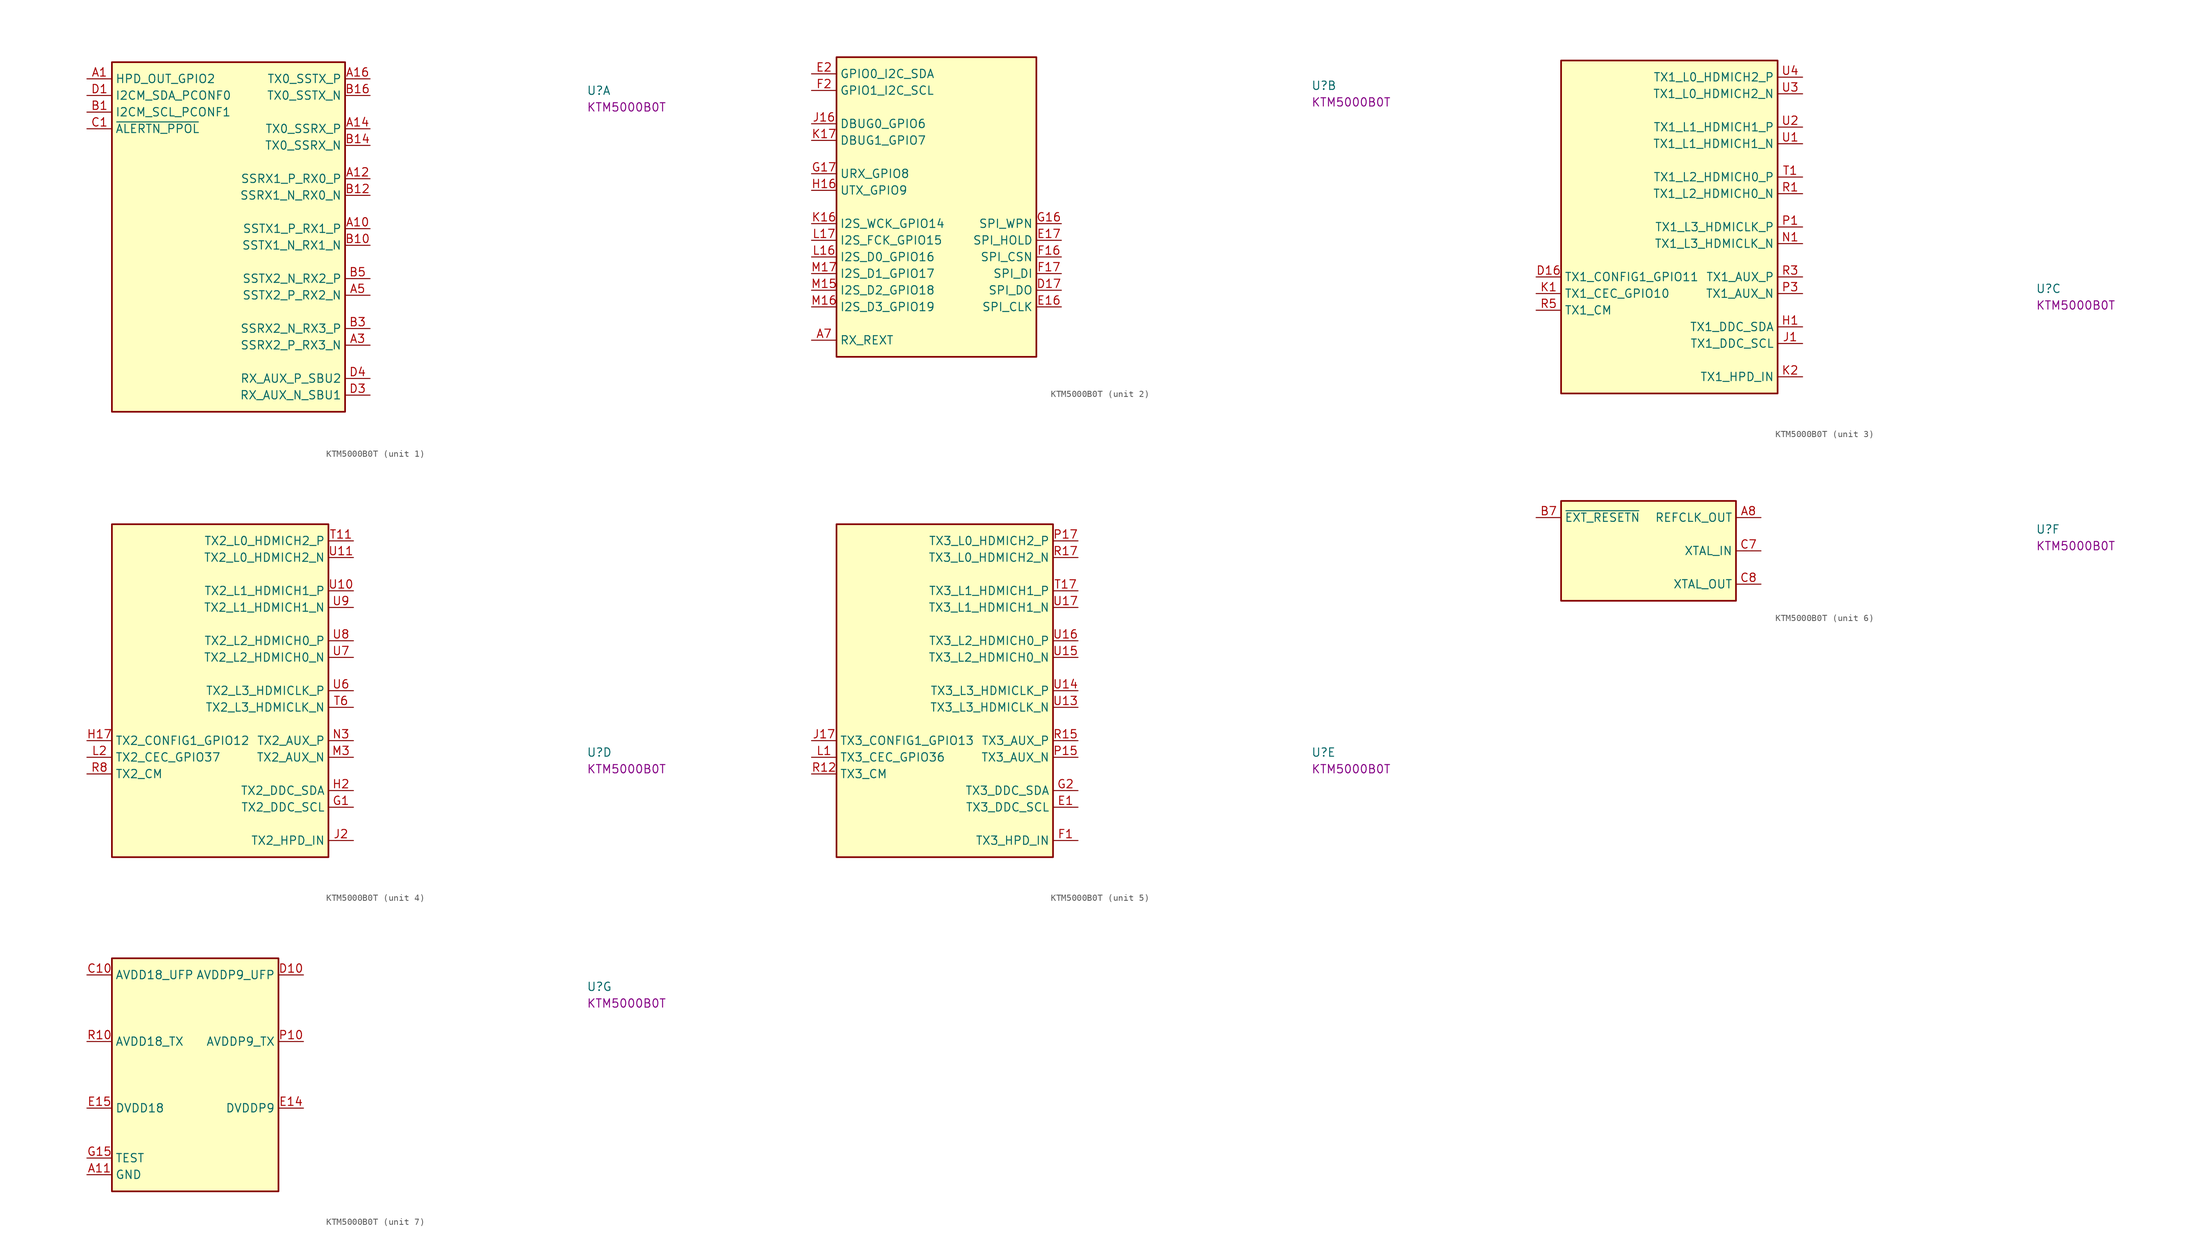
<source format=kicad_sym>
(kicad_symbol_lib
  (version 20220914)
  (generator kicad_symbol_editor)
  (symbol "KTM5000B0T"
    (property "Reference" "U"
      (at 76.2 -2.54 0)
      (effects (font (size 1.27 1.27) (thickness 0.15)) (justify left bottom)))
    (property "MPN" "KTM5000B0T"
      (at 76.2 -5.08 0)
      (effects (font (size 1.27 1.27) (thickness 0.15)) (justify left bottom)))
    (property "ki_locked" ""
      (at 0 0 0)
      (effects (font (size 1.27 1.27))))
    (symbol "KTM5000B0T_1_1"
      (rectangle (start 3.81 2.54) (end 39.37 -50.8) (stroke (width 0.254) (type default)) (fill (type background)))
      (pin output line (at 0 0 0) (length 3.81) (name "HPD_OUT_GPIO2" (effects (font (size 1.27 1.27)))) (number "A1" (effects (font (size 1.27 1.27)))))
      (pin bidirectional line (at 43.18 -22.86 180) (length 3.81) (name "SSTX1_P_RX1_P" (effects (font (size 1.27 1.27)))) (number "A10" (effects (font (size 1.27 1.27)))))
      (pin input line (at 43.18 -15.24 180) (length 3.81) (name "SSRX1_P_RX0_P" (effects (font (size 1.27 1.27)))) (number "A12" (effects (font (size 1.27 1.27)))))
      (pin input line (at 43.18 -7.62 180) (length 3.81) (name "TX0_SSRX_P" (effects (font (size 1.27 1.27)))) (number "A14" (effects (font (size 1.27 1.27)))))
      (pin output line (at 43.18 0 180) (length 3.81) (name "TX0_SSTX_P" (effects (font (size 1.27 1.27)))) (number "A16" (effects (font (size 1.27 1.27)))))
      (pin input line (at 43.18 -40.64 180) (length 3.81) (name "SSRX2_P_RX3_N" (effects (font (size 1.27 1.27)))) (number "A3" (effects (font (size 1.27 1.27)))))
      (pin bidirectional line (at 43.18 -33.02 180) (length 3.81) (name "SSTX2_P_RX2_N" (effects (font (size 1.27 1.27)))) (number "A5" (effects (font (size 1.27 1.27)))))
      (pin bidirectional line (at 0 -5.08 0) (length 3.81) (name "I2CM_SCL_PCONF1" (effects (font (size 1.27 1.27)))) (number "B1" (effects (font (size 1.27 1.27)))))
      (pin bidirectional line (at 43.18 -25.4 180) (length 3.81) (name "SSTX1_N_RX1_N" (effects (font (size 1.27 1.27)))) (number "B10" (effects (font (size 1.27 1.27)))))
      (pin input line (at 43.18 -17.78 180) (length 3.81) (name "SSRX1_N_RX0_N" (effects (font (size 1.27 1.27)))) (number "B12" (effects (font (size 1.27 1.27)))))
      (pin input line (at 43.18 -10.16 180) (length 3.81) (name "TX0_SSRX_N" (effects (font (size 1.27 1.27)))) (number "B14" (effects (font (size 1.27 1.27)))))
      (pin output line (at 43.18 -2.54 180) (length 3.81) (name "TX0_SSTX_N" (effects (font (size 1.27 1.27)))) (number "B16" (effects (font (size 1.27 1.27)))))
      (pin input line (at 43.18 -38.1 180) (length 3.81) (name "SSRX2_N_RX3_P" (effects (font (size 1.27 1.27)))) (number "B3" (effects (font (size 1.27 1.27)))))
      (pin bidirectional line (at 43.18 -30.48 180) (length 3.81) (name "SSTX2_N_RX2_P" (effects (font (size 1.27 1.27)))) (number "B5" (effects (font (size 1.27 1.27)))))
      (pin bidirectional line (at 0 -7.62 0) (length 3.81) (name "~{ALERTN_PPOL}" (effects (font (size 1.27 1.27)))) (number "C1" (effects (font (size 1.27 1.27)))))
      (pin bidirectional line (at 0 -2.54 0) (length 3.81) (name "I2CM_SDA_PCONF0" (effects (font (size 1.27 1.27)))) (number "D1" (effects (font (size 1.27 1.27)))))
      (pin bidirectional line (at 43.18 -48.26 180) (length 3.81) (name "RX_AUX_N_SBU1" (effects (font (size 1.27 1.27)))) (number "D3" (effects (font (size 1.27 1.27)))))
      (pin bidirectional line (at 43.18 -45.72 180) (length 3.81) (name "RX_AUX_P_SBU2" (effects (font (size 1.27 1.27)))) (number "D4" (effects (font (size 1.27 1.27))))))
    (symbol "KTM5000B0T_2_1"
      (rectangle (start 3.81 2.54) (end 34.29 -43.18) (stroke (width 0.254) (type default)) (fill (type background)))
      (pin input line (at 0 -40.64 0) (length 3.81) (name "RX_REXT" (effects (font (size 1.27 1.27)))) (number "A7" (effects (font (size 1.27 1.27)))))
      (pin bidirectional line (at 38.1 -33.02 180) (length 3.81) (name "SPI_DO" (effects (font (size 1.27 1.27)))) (number "D17" (effects (font (size 1.27 1.27)))))
      (pin bidirectional line (at 38.1 -35.56 180) (length 3.81) (name "SPI_CLK" (effects (font (size 1.27 1.27)))) (number "E16" (effects (font (size 1.27 1.27)))))
      (pin bidirectional line (at 38.1 -25.4 180) (length 3.81) (name "SPI_HOLD" (effects (font (size 1.27 1.27)))) (number "E17" (effects (font (size 1.27 1.27)))))
      (pin bidirectional line (at 0 0 0) (length 3.81) (name "GPIO0_I2C_SDA" (effects (font (size 1.27 1.27)))) (number "E2" (effects (font (size 1.27 1.27)))))
      (pin output line (at 38.1 -27.94 180) (length 3.81) (name "SPI_CSN" (effects (font (size 1.27 1.27)))) (number "F16" (effects (font (size 1.27 1.27)))))
      (pin bidirectional line (at 38.1 -30.48 180) (length 3.81) (name "SPI_DI" (effects (font (size 1.27 1.27)))) (number "F17" (effects (font (size 1.27 1.27)))))
      (pin bidirectional line (at 0 -2.54 0) (length 3.81) (name "GPIO1_I2C_SCL" (effects (font (size 1.27 1.27)))) (number "F2" (effects (font (size 1.27 1.27)))))
      (pin bidirectional line (at 38.1 -22.86 180) (length 3.81) (name "SPI_WPN" (effects (font (size 1.27 1.27)))) (number "G16" (effects (font (size 1.27 1.27)))))
      (pin input line (at 0 -15.24 0) (length 3.81) (name "URX_GPIO8" (effects (font (size 1.27 1.27)))) (number "G17" (effects (font (size 1.27 1.27)))))
      (pin output line (at 0 -17.78 0) (length 3.81) (name "UTX_GPIO9" (effects (font (size 1.27 1.27)))) (number "H16" (effects (font (size 1.27 1.27)))))
      (pin bidirectional line (at 0 -7.62 0) (length 3.81) (name "DBUG0_GPIO6" (effects (font (size 1.27 1.27)))) (number "J16" (effects (font (size 1.27 1.27)))))
      (pin bidirectional line (at 0 -22.86 0) (length 3.81) (name "I2S_WCK_GPIO14" (effects (font (size 1.27 1.27)))) (number "K16" (effects (font (size 1.27 1.27)))))
      (pin bidirectional line (at 0 -10.16 0) (length 3.81) (name "DBUG1_GPIO7" (effects (font (size 1.27 1.27)))) (number "K17" (effects (font (size 1.27 1.27)))))
      (pin bidirectional line (at 0 -27.94 0) (length 3.81) (name "I2S_D0_GPIO16" (effects (font (size 1.27 1.27)))) (number "L16" (effects (font (size 1.27 1.27)))))
      (pin bidirectional line (at 0 -25.4 0) (length 3.81) (name "I2S_FCK_GPIO15" (effects (font (size 1.27 1.27)))) (number "L17" (effects (font (size 1.27 1.27)))))
      (pin bidirectional line (at 0 -33.02 0) (length 3.81) (name "I2S_D2_GPIO18" (effects (font (size 1.27 1.27)))) (number "M15" (effects (font (size 1.27 1.27)))))
      (pin bidirectional line (at 0 -35.56 0) (length 3.81) (name "I2S_D3_GPIO19" (effects (font (size 1.27 1.27)))) (number "M16" (effects (font (size 1.27 1.27)))))
      (pin bidirectional line (at 0 -30.48 0) (length 3.81) (name "I2S_D1_GPIO17" (effects (font (size 1.27 1.27)))) (number "M17" (effects (font (size 1.27 1.27))))))
    (symbol "KTM5000B0T_3_1"
      (rectangle (start 3.81 33.02) (end 36.83 -17.78) (stroke (width 0.254) (type default)) (fill (type background)))
      (pin input line (at 0 0 0) (length 3.81) (name "TX1_CONFIG1_GPIO11" (effects (font (size 1.27 1.27)))) (number "D16" (effects (font (size 1.27 1.27)))))
      (pin bidirectional line (at 40.64 -7.62 180) (length 3.81) (name "TX1_DDC_SDA" (effects (font (size 1.27 1.27)))) (number "H1" (effects (font (size 1.27 1.27)))))
      (pin output line (at 40.64 -10.16 180) (length 3.81) (name "TX1_DDC_SCL" (effects (font (size 1.27 1.27)))) (number "J1" (effects (font (size 1.27 1.27)))))
      (pin bidirectional line (at 0 -2.54 0) (length 3.81) (name "TX1_CEC_GPIO10" (effects (font (size 1.27 1.27)))) (number "K1" (effects (font (size 1.27 1.27)))))
      (pin input line (at 40.64 -15.24 180) (length 3.81) (name "TX1_HPD_IN" (effects (font (size 1.27 1.27)))) (number "K2" (effects (font (size 1.27 1.27)))))
      (pin output line (at 40.64 5.08 180) (length 3.81) (name "TX1_L3_HDMICLK_N" (effects (font (size 1.27 1.27)))) (number "N1" (effects (font (size 1.27 1.27)))))
      (pin output line (at 40.64 7.62 180) (length 3.81) (name "TX1_L3_HDMICLK_P" (effects (font (size 1.27 1.27)))) (number "P1" (effects (font (size 1.27 1.27)))))
      (pin bidirectional line (at 40.64 -2.54 180) (length 3.81) (name "TX1_AUX_N" (effects (font (size 1.27 1.27)))) (number "P3" (effects (font (size 1.27 1.27)))))
      (pin output line (at 40.64 12.7 180) (length 3.81) (name "TX1_L2_HDMICH0_N" (effects (font (size 1.27 1.27)))) (number "R1" (effects (font (size 1.27 1.27)))))
      (pin bidirectional line (at 40.64 0 180) (length 3.81) (name "TX1_AUX_P" (effects (font (size 1.27 1.27)))) (number "R3" (effects (font (size 1.27 1.27)))))
      (pin bidirectional line (at 0 -5.08 0) (length 3.81) (name "TX1_CM" (effects (font (size 1.27 1.27)))) (number "R5" (effects (font (size 1.27 1.27)))))
      (pin output line (at 40.64 15.24 180) (length 3.81) (name "TX1_L2_HDMICH0_P" (effects (font (size 1.27 1.27)))) (number "T1" (effects (font (size 1.27 1.27)))))
      (pin output line (at 40.64 20.32 180) (length 3.81) (name "TX1_L1_HDMICH1_N" (effects (font (size 1.27 1.27)))) (number "U1" (effects (font (size 1.27 1.27)))))
      (pin output line (at 40.64 22.86 180) (length 3.81) (name "TX1_L1_HDMICH1_P" (effects (font (size 1.27 1.27)))) (number "U2" (effects (font (size 1.27 1.27)))))
      (pin output line (at 40.64 27.94 180) (length 3.81) (name "TX1_L0_HDMICH2_N" (effects (font (size 1.27 1.27)))) (number "U3" (effects (font (size 1.27 1.27)))))
      (pin output line (at 40.64 30.48 180) (length 3.81) (name "TX1_L0_HDMICH2_P" (effects (font (size 1.27 1.27)))) (number "U4" (effects (font (size 1.27 1.27))))))
    (symbol "KTM5000B0T_4_1"
      (rectangle (start 3.81 33.02) (end 36.83 -17.78) (stroke (width 0.254) (type default)) (fill (type background)))
      (pin output line (at 40.64 -10.16 180) (length 3.81) (name "TX2_DDC_SCL" (effects (font (size 1.27 1.27)))) (number "G1" (effects (font (size 1.27 1.27)))))
      (pin input line (at 0 0 0) (length 3.81) (name "TX2_CONFIG1_GPIO12" (effects (font (size 1.27 1.27)))) (number "H17" (effects (font (size 1.27 1.27)))))
      (pin bidirectional line (at 40.64 -7.62 180) (length 3.81) (name "TX2_DDC_SDA" (effects (font (size 1.27 1.27)))) (number "H2" (effects (font (size 1.27 1.27)))))
      (pin input line (at 40.64 -15.24 180) (length 3.81) (name "TX2_HPD_IN" (effects (font (size 1.27 1.27)))) (number "J2" (effects (font (size 1.27 1.27)))))
      (pin bidirectional line (at 0 -2.54 0) (length 3.81) (name "TX2_CEC_GPIO37" (effects (font (size 1.27 1.27)))) (number "L2" (effects (font (size 1.27 1.27)))))
      (pin bidirectional line (at 40.64 -2.54 180) (length 3.81) (name "TX2_AUX_N" (effects (font (size 1.27 1.27)))) (number "M3" (effects (font (size 1.27 1.27)))))
      (pin bidirectional line (at 40.64 0 180) (length 3.81) (name "TX2_AUX_P" (effects (font (size 1.27 1.27)))) (number "N3" (effects (font (size 1.27 1.27)))))
      (pin bidirectional line (at 0 -5.08 0) (length 3.81) (name "TX2_CM" (effects (font (size 1.27 1.27)))) (number "R8" (effects (font (size 1.27 1.27)))))
      (pin output line (at 40.64 30.48 180) (length 3.81) (name "TX2_L0_HDMICH2_P" (effects (font (size 1.27 1.27)))) (number "T11" (effects (font (size 1.27 1.27)))))
      (pin output line (at 40.64 5.08 180) (length 3.81) (name "TX2_L3_HDMICLK_N" (effects (font (size 1.27 1.27)))) (number "T6" (effects (font (size 1.27 1.27)))))
      (pin output line (at 40.64 22.86 180) (length 3.81) (name "TX2_L1_HDMICH1_P" (effects (font (size 1.27 1.27)))) (number "U10" (effects (font (size 1.27 1.27)))))
      (pin output line (at 40.64 27.94 180) (length 3.81) (name "TX2_L0_HDMICH2_N" (effects (font (size 1.27 1.27)))) (number "U11" (effects (font (size 1.27 1.27)))))
      (pin output line (at 40.64 7.62 180) (length 3.81) (name "TX2_L3_HDMICLK_P" (effects (font (size 1.27 1.27)))) (number "U6" (effects (font (size 1.27 1.27)))))
      (pin output line (at 40.64 12.7 180) (length 3.81) (name "TX2_L2_HDMICH0_N" (effects (font (size 1.27 1.27)))) (number "U7" (effects (font (size 1.27 1.27)))))
      (pin output line (at 40.64 15.24 180) (length 3.81) (name "TX2_L2_HDMICH0_P" (effects (font (size 1.27 1.27)))) (number "U8" (effects (font (size 1.27 1.27)))))
      (pin output line (at 40.64 20.32 180) (length 3.81) (name "TX2_L1_HDMICH1_N" (effects (font (size 1.27 1.27)))) (number "U9" (effects (font (size 1.27 1.27))))))
    (symbol "KTM5000B0T_5_1"
      (rectangle (start 3.81 33.02) (end 36.83 -17.78) (stroke (width 0.254) (type default)) (fill (type background)))
      (pin output line (at 40.64 -10.16 180) (length 3.81) (name "TX3_DDC_SCL" (effects (font (size 1.27 1.27)))) (number "E1" (effects (font (size 1.27 1.27)))))
      (pin input line (at 40.64 -15.24 180) (length 3.81) (name "TX3_HPD_IN" (effects (font (size 1.27 1.27)))) (number "F1" (effects (font (size 1.27 1.27)))))
      (pin bidirectional line (at 40.64 -7.62 180) (length 3.81) (name "TX3_DDC_SDA" (effects (font (size 1.27 1.27)))) (number "G2" (effects (font (size 1.27 1.27)))))
      (pin input line (at 0 0 0) (length 3.81) (name "TX3_CONFIG1_GPIO13" (effects (font (size 1.27 1.27)))) (number "J17" (effects (font (size 1.27 1.27)))))
      (pin bidirectional line (at 0 -2.54 0) (length 3.81) (name "TX3_CEC_GPIO36" (effects (font (size 1.27 1.27)))) (number "L1" (effects (font (size 1.27 1.27)))))
      (pin bidirectional line (at 40.64 -2.54 180) (length 3.81) (name "TX3_AUX_N" (effects (font (size 1.27 1.27)))) (number "P15" (effects (font (size 1.27 1.27)))))
      (pin output line (at 40.64 30.48 180) (length 3.81) (name "TX3_L0_HDMICH2_P" (effects (font (size 1.27 1.27)))) (number "P17" (effects (font (size 1.27 1.27)))))
      (pin bidirectional line (at 0 -5.08 0) (length 3.81) (name "TX3_CM" (effects (font (size 1.27 1.27)))) (number "R12" (effects (font (size 1.27 1.27)))))
      (pin bidirectional line (at 40.64 0 180) (length 3.81) (name "TX3_AUX_P" (effects (font (size 1.27 1.27)))) (number "R15" (effects (font (size 1.27 1.27)))))
      (pin output line (at 40.64 27.94 180) (length 3.81) (name "TX3_L0_HDMICH2_N" (effects (font (size 1.27 1.27)))) (number "R17" (effects (font (size 1.27 1.27)))))
      (pin output line (at 40.64 22.86 180) (length 3.81) (name "TX3_L1_HDMICH1_P" (effects (font (size 1.27 1.27)))) (number "T17" (effects (font (size 1.27 1.27)))))
      (pin output line (at 40.64 5.08 180) (length 3.81) (name "TX3_L3_HDMICLK_N" (effects (font (size 1.27 1.27)))) (number "U13" (effects (font (size 1.27 1.27)))))
      (pin output line (at 40.64 7.62 180) (length 3.81) (name "TX3_L3_HDMICLK_P" (effects (font (size 1.27 1.27)))) (number "U14" (effects (font (size 1.27 1.27)))))
      (pin output line (at 40.64 12.7 180) (length 3.81) (name "TX3_L2_HDMICH0_N" (effects (font (size 1.27 1.27)))) (number "U15" (effects (font (size 1.27 1.27)))))
      (pin output line (at 40.64 15.24 180) (length 3.81) (name "TX3_L2_HDMICH0_P" (effects (font (size 1.27 1.27)))) (number "U16" (effects (font (size 1.27 1.27)))))
      (pin output line (at 40.64 20.32 180) (length 3.81) (name "TX3_L1_HDMICH1_N" (effects (font (size 1.27 1.27)))) (number "U17" (effects (font (size 1.27 1.27))))))
    (symbol "KTM5000B0T_6_1"
      (rectangle (start 3.81 2.54) (end 30.48 -12.7) (stroke (width 0.254) (type default)) (fill (type background)))
      (pin output line (at 34.29 0 180) (length 3.81) (name "REFCLK_OUT" (effects (font (size 1.27 1.27)))) (number "A8" (effects (font (size 1.27 1.27)))))
      (pin bidirectional line (at 0 0 0) (length 3.81) (name "~{EXT_RESETN}" (effects (font (size 1.27 1.27)))) (number "B7" (effects (font (size 1.27 1.27)))))
      (pin bidirectional line (at 34.29 -5.08 180) (length 3.81) (name "XTAL_IN" (effects (font (size 1.27 1.27)))) (number "C7" (effects (font (size 1.27 1.27)))))
      (pin bidirectional line (at 34.29 -10.16 180) (length 3.81) (name "XTAL_OUT" (effects (font (size 1.27 1.27)))) (number "C8" (effects (font (size 1.27 1.27))))))
    (symbol "KTM5000B0T_7_1"
      (rectangle (start 3.81 2.54) (end 29.21 -33.02) (stroke (width 0.254) (type default)) (fill (type background)))
      (pin power_in line (at 0 -30.48 0) (length 3.81) (name "GND" (effects (font (size 1.27 1.27)))) (number "A11" (effects (font (size 1.27 1.27)))))
      (pin passive line (at 0 -30.48 0) (length 3.81) hide (name "GND" (effects (font (size 1.27 1.27)))) (number "A13" (effects (font (size 1.27 1.27)))))
      (pin passive line (at 0 -30.48 0) (length 3.81) hide (name "GND" (effects (font (size 1.27 1.27)))) (number "A15" (effects (font (size 1.27 1.27)))))
      (pin passive line (at 0 -30.48 0) (length 3.81) hide (name "GND" (effects (font (size 1.27 1.27)))) (number "A17" (effects (font (size 1.27 1.27)))))
      (pin passive line (at 0 -30.48 0) (length 3.81) hide (name "GND" (effects (font (size 1.27 1.27)))) (number "A2" (effects (font (size 1.27 1.27)))))
      (pin passive line (at 0 -30.48 0) (length 3.81) hide (name "GND" (effects (font (size 1.27 1.27)))) (number "A4" (effects (font (size 1.27 1.27)))))
      (pin passive line (at 0 -30.48 0) (length 3.81) hide (name "GND" (effects (font (size 1.27 1.27)))) (number "A6" (effects (font (size 1.27 1.27)))))
      (pin passive line (at 0 -30.48 0) (length 3.81) hide (name "GND" (effects (font (size 1.27 1.27)))) (number "A9" (effects (font (size 1.27 1.27)))))
      (pin passive line (at 0 -30.48 0) (length 3.81) hide (name "GND" (effects (font (size 1.27 1.27)))) (number "B11" (effects (font (size 1.27 1.27)))))
      (pin passive line (at 0 -30.48 0) (length 3.81) hide (name "GND" (effects (font (size 1.27 1.27)))) (number "B13" (effects (font (size 1.27 1.27)))))
      (pin passive line (at 0 -30.48 0) (length 3.81) hide (name "GND" (effects (font (size 1.27 1.27)))) (number "B15" (effects (font (size 1.27 1.27)))))
      (pin passive line (at 0 -30.48 0) (length 3.81) hide (name "GND" (effects (font (size 1.27 1.27)))) (number "B17" (effects (font (size 1.27 1.27)))))
      (pin passive line (at 0 -30.48 0) (length 3.81) hide (name "GND" (effects (font (size 1.27 1.27)))) (number "B2" (effects (font (size 1.27 1.27)))))
      (pin passive line (at 0 -30.48 0) (length 3.81) hide (name "GND" (effects (font (size 1.27 1.27)))) (number "B4" (effects (font (size 1.27 1.27)))))
      (pin passive line (at 0 -30.48 0) (length 3.81) hide (name "GND" (effects (font (size 1.27 1.27)))) (number "B6" (effects (font (size 1.27 1.27)))))
      (pin passive line (at 0 -30.48 0) (length 3.81) hide (name "GND" (effects (font (size 1.27 1.27)))) (number "B8" (effects (font (size 1.27 1.27)))))
      (pin passive line (at 0 -30.48 0) (length 3.81) hide (name "GND" (effects (font (size 1.27 1.27)))) (number "B9" (effects (font (size 1.27 1.27)))))
      (pin power_in line (at 0 0 0) (length 3.81) (name "AVDD18_UFP" (effects (font (size 1.27 1.27)))) (number "C10" (effects (font (size 1.27 1.27)))))
      (pin passive line (at 0 0 0) (length 3.81) hide (name "AVDD18_UFP" (effects (font (size 1.27 1.27)))) (number "C11" (effects (font (size 1.27 1.27)))))
      (pin passive line (at 0 0 0) (length 3.81) hide (name "AVDD18_UFP" (effects (font (size 1.27 1.27)))) (number "C12" (effects (font (size 1.27 1.27)))))
      (pin passive line (at 0 0 0) (length 3.81) hide (name "AVDD18_UFP" (effects (font (size 1.27 1.27)))) (number "C13" (effects (font (size 1.27 1.27)))))
      (pin passive line (at 0 -30.48 0) (length 3.81) hide (name "GND" (effects (font (size 1.27 1.27)))) (number "C14" (effects (font (size 1.27 1.27)))))
      (pin passive line (at 0 -30.48 0) (length 3.81) hide (name "GND" (effects (font (size 1.27 1.27)))) (number "C15" (effects (font (size 1.27 1.27)))))
      (pin passive line (at 0 -30.48 0) (length 3.81) hide (name "GND" (effects (font (size 1.27 1.27)))) (number "C16" (effects (font (size 1.27 1.27)))))
      (pin passive line (at 0 -30.48 0) (length 3.81) hide (name "GND" (effects (font (size 1.27 1.27)))) (number "C17" (effects (font (size 1.27 1.27)))))
      (pin passive line (at 0 -30.48 0) (length 3.81) hide (name "GND" (effects (font (size 1.27 1.27)))) (number "C2" (effects (font (size 1.27 1.27)))))
      (pin passive line (at 0 -30.48 0) (length 3.81) hide (name "GND" (effects (font (size 1.27 1.27)))) (number "C3" (effects (font (size 1.27 1.27)))))
      (pin passive line (at 0 -30.48 0) (length 3.81) hide (name "GND" (effects (font (size 1.27 1.27)))) (number "C4" (effects (font (size 1.27 1.27)))))
      (pin passive line (at 0 -30.48 0) (length 3.81) hide (name "GND" (effects (font (size 1.27 1.27)))) (number "C5" (effects (font (size 1.27 1.27)))))
      (pin passive line (at 0 -30.48 0) (length 3.81) hide (name "GND" (effects (font (size 1.27 1.27)))) (number "C6" (effects (font (size 1.27 1.27)))))
      (pin passive line (at 0 -30.48 0) (length 3.81) hide (name "GND" (effects (font (size 1.27 1.27)))) (number "C9" (effects (font (size 1.27 1.27)))))
      (pin power_in line (at 33.02 0 180) (length 3.81) (name "AVDDP9_UFP" (effects (font (size 1.27 1.27)))) (number "D10" (effects (font (size 1.27 1.27)))))
      (pin passive line (at 33.02 0 180) (length 3.81) hide (name "AVDDP9_UFP" (effects (font (size 1.27 1.27)))) (number "D11" (effects (font (size 1.27 1.27)))))
      (pin passive line (at 33.02 0 180) (length 3.81) hide (name "AVDDP9_UFP" (effects (font (size 1.27 1.27)))) (number "D12" (effects (font (size 1.27 1.27)))))
      (pin passive line (at 33.02 0 180) (length 3.81) hide (name "AVDDP9_UFP" (effects (font (size 1.27 1.27)))) (number "D13" (effects (font (size 1.27 1.27)))))
      (pin passive line (at 0 -30.48 0) (length 3.81) hide (name "GND" (effects (font (size 1.27 1.27)))) (number "D14" (effects (font (size 1.27 1.27)))))
      (pin no_connect line (at 29.21 -26.67 180) (length 3.81) hide (name "NC" (effects (font (size 1.27 1.27)))) (number "D15" (effects (font (size 1.27 1.27)))))
      (pin passive line (at 0 -30.48 0) (length 3.81) hide (name "GND" (effects (font (size 1.27 1.27)))) (number "D2" (effects (font (size 1.27 1.27)))))
      (pin passive line (at 33.02 0 180) (length 3.81) hide (name "AVDDP9_UFP" (effects (font (size 1.27 1.27)))) (number "D5" (effects (font (size 1.27 1.27)))))
      (pin passive line (at 33.02 0 180) (length 3.81) hide (name "AVDDP9_UFP" (effects (font (size 1.27 1.27)))) (number "D6" (effects (font (size 1.27 1.27)))))
      (pin passive line (at 33.02 0 180) (length 3.81) hide (name "AVDDP9_UFP" (effects (font (size 1.27 1.27)))) (number "D7" (effects (font (size 1.27 1.27)))))
      (pin passive line (at 33.02 0 180) (length 3.81) hide (name "AVDDP9_UFP" (effects (font (size 1.27 1.27)))) (number "D8" (effects (font (size 1.27 1.27)))))
      (pin passive line (at 33.02 0 180) (length 3.81) hide (name "AVDDP9_UFP" (effects (font (size 1.27 1.27)))) (number "D9" (effects (font (size 1.27 1.27)))))
      (pin passive line (at 0 -30.48 0) (length 3.81) hide (name "GND" (effects (font (size 1.27 1.27)))) (number "E10" (effects (font (size 1.27 1.27)))))
      (pin passive line (at 0 -30.48 0) (length 3.81) hide (name "GND" (effects (font (size 1.27 1.27)))) (number "E11" (effects (font (size 1.27 1.27)))))
      (pin passive line (at 0 -30.48 0) (length 3.81) hide (name "GND" (effects (font (size 1.27 1.27)))) (number "E12" (effects (font (size 1.27 1.27)))))
      (pin passive line (at 0 -30.48 0) (length 3.81) hide (name "GND" (effects (font (size 1.27 1.27)))) (number "E13" (effects (font (size 1.27 1.27)))))
      (pin power_in line (at 33.02 -20.32 180) (length 3.81) (name "DVDDP9" (effects (font (size 1.27 1.27)))) (number "E14" (effects (font (size 1.27 1.27)))))
      (pin power_in line (at 0 -20.32 0) (length 3.81) (name "DVDD18" (effects (font (size 1.27 1.27)))) (number "E15" (effects (font (size 1.27 1.27)))))
      (pin passive line (at 0 -30.48 0) (length 3.81) hide (name "GND" (effects (font (size 1.27 1.27)))) (number "E3" (effects (font (size 1.27 1.27)))))
      (pin passive line (at 33.02 -20.32 180) (length 3.81) hide (name "DVDDP9" (effects (font (size 1.27 1.27)))) (number "E4" (effects (font (size 1.27 1.27)))))
      (pin passive line (at 0 -30.48 0) (length 3.81) hide (name "GND" (effects (font (size 1.27 1.27)))) (number "E5" (effects (font (size 1.27 1.27)))))
      (pin passive line (at 0 -30.48 0) (length 3.81) hide (name "GND" (effects (font (size 1.27 1.27)))) (number "E6" (effects (font (size 1.27 1.27)))))
      (pin passive line (at 0 -30.48 0) (length 3.81) hide (name "GND" (effects (font (size 1.27 1.27)))) (number "E7" (effects (font (size 1.27 1.27)))))
      (pin passive line (at 0 -30.48 0) (length 3.81) hide (name "GND" (effects (font (size 1.27 1.27)))) (number "E8" (effects (font (size 1.27 1.27)))))
      (pin passive line (at 0 -30.48 0) (length 3.81) hide (name "GND" (effects (font (size 1.27 1.27)))) (number "E9" (effects (font (size 1.27 1.27)))))
      (pin passive line (at 0 -30.48 0) (length 3.81) hide (name "GND" (effects (font (size 1.27 1.27)))) (number "F10" (effects (font (size 1.27 1.27)))))
      (pin passive line (at 0 -30.48 0) (length 3.81) hide (name "GND" (effects (font (size 1.27 1.27)))) (number "F11" (effects (font (size 1.27 1.27)))))
      (pin passive line (at 0 -30.48 0) (length 3.81) hide (name "GND" (effects (font (size 1.27 1.27)))) (number "F12" (effects (font (size 1.27 1.27)))))
      (pin passive line (at 0 -30.48 0) (length 3.81) hide (name "GND" (effects (font (size 1.27 1.27)))) (number "F13" (effects (font (size 1.27 1.27)))))
      (pin passive line (at 33.02 -20.32 180) (length 3.81) hide (name "DVDDP9" (effects (font (size 1.27 1.27)))) (number "F14" (effects (font (size 1.27 1.27)))))
      (pin passive line (at 0 -20.32 0) (length 3.81) hide (name "DVDD18" (effects (font (size 1.27 1.27)))) (number "F15" (effects (font (size 1.27 1.27)))))
      (pin passive line (at 0 -30.48 0) (length 3.81) hide (name "GND" (effects (font (size 1.27 1.27)))) (number "F3" (effects (font (size 1.27 1.27)))))
      (pin passive line (at 33.02 -20.32 180) (length 3.81) hide (name "DVDDP9" (effects (font (size 1.27 1.27)))) (number "F4" (effects (font (size 1.27 1.27)))))
      (pin passive line (at 0 -30.48 0) (length 3.81) hide (name "GND" (effects (font (size 1.27 1.27)))) (number "F5" (effects (font (size 1.27 1.27)))))
      (pin passive line (at 0 -30.48 0) (length 3.81) hide (name "GND" (effects (font (size 1.27 1.27)))) (number "F6" (effects (font (size 1.27 1.27)))))
      (pin passive line (at 0 -30.48 0) (length 3.81) hide (name "GND" (effects (font (size 1.27 1.27)))) (number "F7" (effects (font (size 1.27 1.27)))))
      (pin passive line (at 0 -30.48 0) (length 3.81) hide (name "GND" (effects (font (size 1.27 1.27)))) (number "F8" (effects (font (size 1.27 1.27)))))
      (pin passive line (at 0 -30.48 0) (length 3.81) hide (name "GND" (effects (font (size 1.27 1.27)))) (number "F9" (effects (font (size 1.27 1.27)))))
      (pin passive line (at 0 -30.48 0) (length 3.81) hide (name "GND" (effects (font (size 1.27 1.27)))) (number "G10" (effects (font (size 1.27 1.27)))))
      (pin passive line (at 0 -30.48 0) (length 3.81) hide (name "GND" (effects (font (size 1.27 1.27)))) (number "G11" (effects (font (size 1.27 1.27)))))
      (pin passive line (at 0 -30.48 0) (length 3.81) hide (name "GND" (effects (font (size 1.27 1.27)))) (number "G12" (effects (font (size 1.27 1.27)))))
      (pin passive line (at 0 -30.48 0) (length 3.81) hide (name "GND" (effects (font (size 1.27 1.27)))) (number "G13" (effects (font (size 1.27 1.27)))))
      (pin passive line (at 33.02 -20.32 180) (length 3.81) hide (name "DVDDP9" (effects (font (size 1.27 1.27)))) (number "G14" (effects (font (size 1.27 1.27)))))
      (pin bidirectional line (at 0 -27.94 0) (length 3.81) (name "TEST" (effects (font (size 1.27 1.27)))) (number "G15" (effects (font (size 1.27 1.27)))))
      (pin passive line (at 0 -20.32 0) (length 3.81) hide (name "DVDD18" (effects (font (size 1.27 1.27)))) (number "G3" (effects (font (size 1.27 1.27)))))
      (pin passive line (at 33.02 -20.32 180) (length 3.81) hide (name "DVDDP9" (effects (font (size 1.27 1.27)))) (number "G4" (effects (font (size 1.27 1.27)))))
      (pin passive line (at 0 -30.48 0) (length 3.81) hide (name "GND" (effects (font (size 1.27 1.27)))) (number "G5" (effects (font (size 1.27 1.27)))))
      (pin passive line (at 0 -30.48 0) (length 3.81) hide (name "GND" (effects (font (size 1.27 1.27)))) (number "G6" (effects (font (size 1.27 1.27)))))
      (pin passive line (at 0 -30.48 0) (length 3.81) hide (name "GND" (effects (font (size 1.27 1.27)))) (number "G7" (effects (font (size 1.27 1.27)))))
      (pin passive line (at 0 -30.48 0) (length 3.81) hide (name "GND" (effects (font (size 1.27 1.27)))) (number "G8" (effects (font (size 1.27 1.27)))))
      (pin passive line (at 0 -30.48 0) (length 3.81) hide (name "GND" (effects (font (size 1.27 1.27)))) (number "G9" (effects (font (size 1.27 1.27)))))
      (pin passive line (at 0 -30.48 0) (length 3.81) hide (name "GND" (effects (font (size 1.27 1.27)))) (number "H10" (effects (font (size 1.27 1.27)))))
      (pin passive line (at 0 -30.48 0) (length 3.81) hide (name "GND" (effects (font (size 1.27 1.27)))) (number "H11" (effects (font (size 1.27 1.27)))))
      (pin passive line (at 0 -30.48 0) (length 3.81) hide (name "GND" (effects (font (size 1.27 1.27)))) (number "H12" (effects (font (size 1.27 1.27)))))
      (pin passive line (at 0 -30.48 0) (length 3.81) hide (name "GND" (effects (font (size 1.27 1.27)))) (number "H13" (effects (font (size 1.27 1.27)))))
      (pin passive line (at 33.02 -20.32 180) (length 3.81) hide (name "DVDDP9" (effects (font (size 1.27 1.27)))) (number "H14" (effects (font (size 1.27 1.27)))))
      (pin passive line (at 0 -20.32 0) (length 3.81) hide (name "DVDD18" (effects (font (size 1.27 1.27)))) (number "H15" (effects (font (size 1.27 1.27)))))
      (pin passive line (at 0 -20.32 0) (length 3.81) hide (name "DVDD18" (effects (font (size 1.27 1.27)))) (number "H3" (effects (font (size 1.27 1.27)))))
      (pin passive line (at 33.02 -20.32 180) (length 3.81) hide (name "DVDDP9" (effects (font (size 1.27 1.27)))) (number "H4" (effects (font (size 1.27 1.27)))))
      (pin passive line (at 0 -30.48 0) (length 3.81) hide (name "GND" (effects (font (size 1.27 1.27)))) (number "H5" (effects (font (size 1.27 1.27)))))
      (pin passive line (at 0 -30.48 0) (length 3.81) hide (name "GND" (effects (font (size 1.27 1.27)))) (number "H6" (effects (font (size 1.27 1.27)))))
      (pin passive line (at 0 -30.48 0) (length 3.81) hide (name "GND" (effects (font (size 1.27 1.27)))) (number "H7" (effects (font (size 1.27 1.27)))))
      (pin passive line (at 0 -30.48 0) (length 3.81) hide (name "GND" (effects (font (size 1.27 1.27)))) (number "H8" (effects (font (size 1.27 1.27)))))
      (pin passive line (at 0 -30.48 0) (length 3.81) hide (name "GND" (effects (font (size 1.27 1.27)))) (number "H9" (effects (font (size 1.27 1.27)))))
      (pin passive line (at 0 -30.48 0) (length 3.81) hide (name "GND" (effects (font (size 1.27 1.27)))) (number "J10" (effects (font (size 1.27 1.27)))))
      (pin passive line (at 0 -30.48 0) (length 3.81) hide (name "GND" (effects (font (size 1.27 1.27)))) (number "J11" (effects (font (size 1.27 1.27)))))
      (pin passive line (at 0 -30.48 0) (length 3.81) hide (name "GND" (effects (font (size 1.27 1.27)))) (number "J12" (effects (font (size 1.27 1.27)))))
      (pin passive line (at 0 -30.48 0) (length 3.81) hide (name "GND" (effects (font (size 1.27 1.27)))) (number "J13" (effects (font (size 1.27 1.27)))))
      (pin passive line (at 33.02 -20.32 180) (length 3.81) hide (name "DVDDP9" (effects (font (size 1.27 1.27)))) (number "J14" (effects (font (size 1.27 1.27)))))
      (pin passive line (at 0 -20.32 0) (length 3.81) hide (name "DVDD18" (effects (font (size 1.27 1.27)))) (number "J15" (effects (font (size 1.27 1.27)))))
      (pin passive line (at 0 -30.48 0) (length 3.81) hide (name "GND" (effects (font (size 1.27 1.27)))) (number "J3" (effects (font (size 1.27 1.27)))))
      (pin passive line (at 33.02 -20.32 180) (length 3.81) hide (name "DVDDP9" (effects (font (size 1.27 1.27)))) (number "J4" (effects (font (size 1.27 1.27)))))
      (pin passive line (at 0 -30.48 0) (length 3.81) hide (name "GND" (effects (font (size 1.27 1.27)))) (number "J5" (effects (font (size 1.27 1.27)))))
      (pin passive line (at 0 -30.48 0) (length 3.81) hide (name "GND" (effects (font (size 1.27 1.27)))) (number "J6" (effects (font (size 1.27 1.27)))))
      (pin passive line (at 0 -30.48 0) (length 3.81) hide (name "GND" (effects (font (size 1.27 1.27)))) (number "J7" (effects (font (size 1.27 1.27)))))
      (pin passive line (at 0 -30.48 0) (length 3.81) hide (name "GND" (effects (font (size 1.27 1.27)))) (number "J8" (effects (font (size 1.27 1.27)))))
      (pin passive line (at 0 -30.48 0) (length 3.81) hide (name "GND" (effects (font (size 1.27 1.27)))) (number "J9" (effects (font (size 1.27 1.27)))))
      (pin passive line (at 0 -30.48 0) (length 3.81) hide (name "GND" (effects (font (size 1.27 1.27)))) (number "K10" (effects (font (size 1.27 1.27)))))
      (pin passive line (at 0 -30.48 0) (length 3.81) hide (name "GND" (effects (font (size 1.27 1.27)))) (number "K11" (effects (font (size 1.27 1.27)))))
      (pin passive line (at 0 -30.48 0) (length 3.81) hide (name "GND" (effects (font (size 1.27 1.27)))) (number "K12" (effects (font (size 1.27 1.27)))))
      (pin passive line (at 0 -30.48 0) (length 3.81) hide (name "GND" (effects (font (size 1.27 1.27)))) (number "K13" (effects (font (size 1.27 1.27)))))
      (pin passive line (at 33.02 -20.32 180) (length 3.81) hide (name "DVDDP9" (effects (font (size 1.27 1.27)))) (number "K14" (effects (font (size 1.27 1.27)))))
      (pin passive line (at 0 -20.32 0) (length 3.81) hide (name "DVDD18" (effects (font (size 1.27 1.27)))) (number "K15" (effects (font (size 1.27 1.27)))))
      (pin passive line (at 0 -30.48 0) (length 3.81) hide (name "GND" (effects (font (size 1.27 1.27)))) (number "K3" (effects (font (size 1.27 1.27)))))
      (pin passive line (at 33.02 -20.32 180) (length 3.81) hide (name "DVDDP9" (effects (font (size 1.27 1.27)))) (number "K4" (effects (font (size 1.27 1.27)))))
      (pin passive line (at 0 -30.48 0) (length 3.81) hide (name "GND" (effects (font (size 1.27 1.27)))) (number "K5" (effects (font (size 1.27 1.27)))))
      (pin passive line (at 0 -30.48 0) (length 3.81) hide (name "GND" (effects (font (size 1.27 1.27)))) (number "K6" (effects (font (size 1.27 1.27)))))
      (pin passive line (at 0 -30.48 0) (length 3.81) hide (name "GND" (effects (font (size 1.27 1.27)))) (number "K7" (effects (font (size 1.27 1.27)))))
      (pin passive line (at 0 -30.48 0) (length 3.81) hide (name "GND" (effects (font (size 1.27 1.27)))) (number "K8" (effects (font (size 1.27 1.27)))))
      (pin passive line (at 0 -30.48 0) (length 3.81) hide (name "GND" (effects (font (size 1.27 1.27)))) (number "K9" (effects (font (size 1.27 1.27)))))
      (pin passive line (at 0 -30.48 0) (length 3.81) hide (name "GND" (effects (font (size 1.27 1.27)))) (number "L10" (effects (font (size 1.27 1.27)))))
      (pin passive line (at 0 -30.48 0) (length 3.81) hide (name "GND" (effects (font (size 1.27 1.27)))) (number "L11" (effects (font (size 1.27 1.27)))))
      (pin passive line (at 0 -30.48 0) (length 3.81) hide (name "GND" (effects (font (size 1.27 1.27)))) (number "L12" (effects (font (size 1.27 1.27)))))
      (pin passive line (at 0 -30.48 0) (length 3.81) hide (name "GND" (effects (font (size 1.27 1.27)))) (number "L13" (effects (font (size 1.27 1.27)))))
      (pin passive line (at 33.02 -20.32 180) (length 3.81) hide (name "DVDDP9" (effects (font (size 1.27 1.27)))) (number "L14" (effects (font (size 1.27 1.27)))))
      (pin passive line (at 0 -20.32 0) (length 3.81) hide (name "DVDD18" (effects (font (size 1.27 1.27)))) (number "L15" (effects (font (size 1.27 1.27)))))
      (pin passive line (at 0 -30.48 0) (length 3.81) hide (name "GND" (effects (font (size 1.27 1.27)))) (number "L3" (effects (font (size 1.27 1.27)))))
      (pin passive line (at 33.02 -20.32 180) (length 3.81) hide (name "DVDDP9" (effects (font (size 1.27 1.27)))) (number "L4" (effects (font (size 1.27 1.27)))))
      (pin passive line (at 0 -30.48 0) (length 3.81) hide (name "GND" (effects (font (size 1.27 1.27)))) (number "L5" (effects (font (size 1.27 1.27)))))
      (pin passive line (at 0 -30.48 0) (length 3.81) hide (name "GND" (effects (font (size 1.27 1.27)))) (number "L6" (effects (font (size 1.27 1.27)))))
      (pin passive line (at 0 -30.48 0) (length 3.81) hide (name "GND" (effects (font (size 1.27 1.27)))) (number "L7" (effects (font (size 1.27 1.27)))))
      (pin passive line (at 0 -30.48 0) (length 3.81) hide (name "GND" (effects (font (size 1.27 1.27)))) (number "L8" (effects (font (size 1.27 1.27)))))
      (pin passive line (at 0 -30.48 0) (length 3.81) hide (name "GND" (effects (font (size 1.27 1.27)))) (number "L9" (effects (font (size 1.27 1.27)))))
      (pin passive line (at 0 -30.48 0) (length 3.81) hide (name "GND" (effects (font (size 1.27 1.27)))) (number "M1" (effects (font (size 1.27 1.27)))))
      (pin passive line (at 0 -30.48 0) (length 3.81) hide (name "GND" (effects (font (size 1.27 1.27)))) (number "M10" (effects (font (size 1.27 1.27)))))
      (pin passive line (at 0 -30.48 0) (length 3.81) hide (name "GND" (effects (font (size 1.27 1.27)))) (number "M11" (effects (font (size 1.27 1.27)))))
      (pin passive line (at 0 -30.48 0) (length 3.81) hide (name "GND" (effects (font (size 1.27 1.27)))) (number "M12" (effects (font (size 1.27 1.27)))))
      (pin passive line (at 0 -30.48 0) (length 3.81) hide (name "GND" (effects (font (size 1.27 1.27)))) (number "M13" (effects (font (size 1.27 1.27)))))
      (pin passive line (at 33.02 -20.32 180) (length 3.81) hide (name "DVDDP9" (effects (font (size 1.27 1.27)))) (number "M14" (effects (font (size 1.27 1.27)))))
      (pin passive line (at 0 -30.48 0) (length 3.81) hide (name "GND" (effects (font (size 1.27 1.27)))) (number "M2" (effects (font (size 1.27 1.27)))))
      (pin passive line (at 33.02 -20.32 180) (length 3.81) hide (name "DVDDP9" (effects (font (size 1.27 1.27)))) (number "M4" (effects (font (size 1.27 1.27)))))
      (pin passive line (at 0 -30.48 0) (length 3.81) hide (name "GND" (effects (font (size 1.27 1.27)))) (number "M5" (effects (font (size 1.27 1.27)))))
      (pin passive line (at 0 -30.48 0) (length 3.81) hide (name "GND" (effects (font (size 1.27 1.27)))) (number "M6" (effects (font (size 1.27 1.27)))))
      (pin passive line (at 0 -30.48 0) (length 3.81) hide (name "GND" (effects (font (size 1.27 1.27)))) (number "M7" (effects (font (size 1.27 1.27)))))
      (pin passive line (at 0 -30.48 0) (length 3.81) hide (name "GND" (effects (font (size 1.27 1.27)))) (number "M8" (effects (font (size 1.27 1.27)))))
      (pin passive line (at 0 -30.48 0) (length 3.81) hide (name "GND" (effects (font (size 1.27 1.27)))) (number "M9" (effects (font (size 1.27 1.27)))))
      (pin passive line (at 0 -30.48 0) (length 3.81) hide (name "GND" (effects (font (size 1.27 1.27)))) (number "N10" (effects (font (size 1.27 1.27)))))
      (pin passive line (at 0 -30.48 0) (length 3.81) hide (name "GND" (effects (font (size 1.27 1.27)))) (number "N11" (effects (font (size 1.27 1.27)))))
      (pin passive line (at 0 -30.48 0) (length 3.81) hide (name "GND" (effects (font (size 1.27 1.27)))) (number "N12" (effects (font (size 1.27 1.27)))))
      (pin passive line (at 0 -30.48 0) (length 3.81) hide (name "GND" (effects (font (size 1.27 1.27)))) (number "N13" (effects (font (size 1.27 1.27)))))
      (pin passive line (at 0 -30.48 0) (length 3.81) hide (name "GND" (effects (font (size 1.27 1.27)))) (number "N14" (effects (font (size 1.27 1.27)))))
      (pin passive line (at 0 -30.48 0) (length 3.81) hide (name "GND" (effects (font (size 1.27 1.27)))) (number "N15" (effects (font (size 1.27 1.27)))))
      (pin passive line (at 0 -30.48 0) (length 3.81) hide (name "GND" (effects (font (size 1.27 1.27)))) (number "N16" (effects (font (size 1.27 1.27)))))
      (pin passive line (at 0 -30.48 0) (length 3.81) hide (name "GND" (effects (font (size 1.27 1.27)))) (number "N17" (effects (font (size 1.27 1.27)))))
      (pin passive line (at 0 -30.48 0) (length 3.81) hide (name "GND" (effects (font (size 1.27 1.27)))) (number "N2" (effects (font (size 1.27 1.27)))))
      (pin passive line (at 0 -30.48 0) (length 3.81) hide (name "GND" (effects (font (size 1.27 1.27)))) (number "N4" (effects (font (size 1.27 1.27)))))
      (pin passive line (at 0 -30.48 0) (length 3.81) hide (name "GND" (effects (font (size 1.27 1.27)))) (number "N5" (effects (font (size 1.27 1.27)))))
      (pin passive line (at 0 -30.48 0) (length 3.81) hide (name "GND" (effects (font (size 1.27 1.27)))) (number "N6" (effects (font (size 1.27 1.27)))))
      (pin passive line (at 0 -30.48 0) (length 3.81) hide (name "GND" (effects (font (size 1.27 1.27)))) (number "N7" (effects (font (size 1.27 1.27)))))
      (pin passive line (at 0 -30.48 0) (length 3.81) hide (name "GND" (effects (font (size 1.27 1.27)))) (number "N8" (effects (font (size 1.27 1.27)))))
      (pin passive line (at 0 -30.48 0) (length 3.81) hide (name "GND" (effects (font (size 1.27 1.27)))) (number "N9" (effects (font (size 1.27 1.27)))))
      (pin power_in line (at 33.02 -10.16 180) (length 3.81) (name "AVDDP9_TX" (effects (font (size 1.27 1.27)))) (number "P10" (effects (font (size 1.27 1.27)))))
      (pin passive line (at 33.02 -10.16 180) (length 3.81) hide (name "AVDDP9_TX" (effects (font (size 1.27 1.27)))) (number "P11" (effects (font (size 1.27 1.27)))))
      (pin passive line (at 33.02 -10.16 180) (length 3.81) hide (name "AVDDP9_TX" (effects (font (size 1.27 1.27)))) (number "P12" (effects (font (size 1.27 1.27)))))
      (pin passive line (at 33.02 -10.16 180) (length 3.81) hide (name "AVDDP9_TX" (effects (font (size 1.27 1.27)))) (number "P13" (effects (font (size 1.27 1.27)))))
      (pin passive line (at 0 -30.48 0) (length 3.81) hide (name "GND" (effects (font (size 1.27 1.27)))) (number "P14" (effects (font (size 1.27 1.27)))))
      (pin passive line (at 0 -30.48 0) (length 3.81) hide (name "GND" (effects (font (size 1.27 1.27)))) (number "P16" (effects (font (size 1.27 1.27)))))
      (pin passive line (at 0 -30.48 0) (length 3.81) hide (name "GND" (effects (font (size 1.27 1.27)))) (number "P2" (effects (font (size 1.27 1.27)))))
      (pin passive line (at 33.02 -10.16 180) (length 3.81) hide (name "AVDDP9_TX" (effects (font (size 1.27 1.27)))) (number "P4" (effects (font (size 1.27 1.27)))))
      (pin passive line (at 33.02 -10.16 180) (length 3.81) hide (name "AVDDP9_TX" (effects (font (size 1.27 1.27)))) (number "P5" (effects (font (size 1.27 1.27)))))
      (pin passive line (at 33.02 -10.16 180) (length 3.81) hide (name "AVDDP9_TX" (effects (font (size 1.27 1.27)))) (number "P6" (effects (font (size 1.27 1.27)))))
      (pin passive line (at 33.02 -10.16 180) (length 3.81) hide (name "AVDDP9_TX" (effects (font (size 1.27 1.27)))) (number "P7" (effects (font (size 1.27 1.27)))))
      (pin passive line (at 33.02 -10.16 180) (length 3.81) hide (name "AVDDP9_TX" (effects (font (size 1.27 1.27)))) (number "P8" (effects (font (size 1.27 1.27)))))
      (pin passive line (at 33.02 -10.16 180) (length 3.81) hide (name "AVDDP9_TX" (effects (font (size 1.27 1.27)))) (number "P9" (effects (font (size 1.27 1.27)))))
      (pin power_in line (at 0 -10.16 0) (length 3.81) (name "AVDD18_TX" (effects (font (size 1.27 1.27)))) (number "R10" (effects (font (size 1.27 1.27)))))
      (pin passive line (at 0 -10.16 0) (length 3.81) hide (name "AVDD18_TX" (effects (font (size 1.27 1.27)))) (number "R11" (effects (font (size 1.27 1.27)))))
      (pin passive line (at 0 -10.16 0) (length 3.81) hide (name "AVDD18_TX" (effects (font (size 1.27 1.27)))) (number "R13" (effects (font (size 1.27 1.27)))))
      (pin passive line (at 0 -30.48 0) (length 3.81) hide (name "GND" (effects (font (size 1.27 1.27)))) (number "R14" (effects (font (size 1.27 1.27)))))
      (pin passive line (at 0 -30.48 0) (length 3.81) hide (name "GND" (effects (font (size 1.27 1.27)))) (number "R16" (effects (font (size 1.27 1.27)))))
      (pin passive line (at 0 -30.48 0) (length 3.81) hide (name "GND" (effects (font (size 1.27 1.27)))) (number "R2" (effects (font (size 1.27 1.27)))))
      (pin passive line (at 0 -10.16 0) (length 3.81) hide (name "AVDD18_TX" (effects (font (size 1.27 1.27)))) (number "R4" (effects (font (size 1.27 1.27)))))
      (pin passive line (at 0 -10.16 0) (length 3.81) hide (name "AVDD18_TX" (effects (font (size 1.27 1.27)))) (number "R6" (effects (font (size 1.27 1.27)))))
      (pin passive line (at 0 -10.16 0) (length 3.81) hide (name "AVDD18_TX" (effects (font (size 1.27 1.27)))) (number "R7" (effects (font (size 1.27 1.27)))))
      (pin passive line (at 0 -10.16 0) (length 3.81) hide (name "AVDD18_TX" (effects (font (size 1.27 1.27)))) (number "R9" (effects (font (size 1.27 1.27)))))
      (pin passive line (at 0 -30.48 0) (length 3.81) hide (name "GND" (effects (font (size 1.27 1.27)))) (number "T10" (effects (font (size 1.27 1.27)))))
      (pin passive line (at 0 -30.48 0) (length 3.81) hide (name "GND" (effects (font (size 1.27 1.27)))) (number "T12" (effects (font (size 1.27 1.27)))))
      (pin passive line (at 0 -30.48 0) (length 3.81) hide (name "GND" (effects (font (size 1.27 1.27)))) (number "T13" (effects (font (size 1.27 1.27)))))
      (pin passive line (at 0 -30.48 0) (length 3.81) hide (name "GND" (effects (font (size 1.27 1.27)))) (number "T14" (effects (font (size 1.27 1.27)))))
      (pin passive line (at 0 -30.48 0) (length 3.81) hide (name "GND" (effects (font (size 1.27 1.27)))) (number "T15" (effects (font (size 1.27 1.27)))))
      (pin passive line (at 0 -30.48 0) (length 3.81) hide (name "GND" (effects (font (size 1.27 1.27)))) (number "T16" (effects (font (size 1.27 1.27)))))
      (pin passive line (at 0 -30.48 0) (length 3.81) hide (name "GND" (effects (font (size 1.27 1.27)))) (number "T2" (effects (font (size 1.27 1.27)))))
      (pin passive line (at 0 -30.48 0) (length 3.81) hide (name "GND" (effects (font (size 1.27 1.27)))) (number "T3" (effects (font (size 1.27 1.27)))))
      (pin passive line (at 0 -30.48 0) (length 3.81) hide (name "GND" (effects (font (size 1.27 1.27)))) (number "T4" (effects (font (size 1.27 1.27)))))
      (pin passive line (at 0 -30.48 0) (length 3.81) hide (name "GND" (effects (font (size 1.27 1.27)))) (number "T5" (effects (font (size 1.27 1.27)))))
      (pin passive line (at 0 -30.48 0) (length 3.81) hide (name "GND" (effects (font (size 1.27 1.27)))) (number "T7" (effects (font (size 1.27 1.27)))))
      (pin passive line (at 0 -30.48 0) (length 3.81) hide (name "GND" (effects (font (size 1.27 1.27)))) (number "T8" (effects (font (size 1.27 1.27)))))
      (pin passive line (at 0 -30.48 0) (length 3.81) hide (name "GND" (effects (font (size 1.27 1.27)))) (number "T9" (effects (font (size 1.27 1.27)))))
      (pin passive line (at 0 -30.48 0) (length 3.81) hide (name "GND" (effects (font (size 1.27 1.27)))) (number "U12" (effects (font (size 1.27 1.27)))))
      (pin passive line (at 0 -30.48 0) (length 3.81) hide (name "GND" (effects (font (size 1.27 1.27)))) (number "U5" (effects (font (size 1.27 1.27))))))))
</source>
